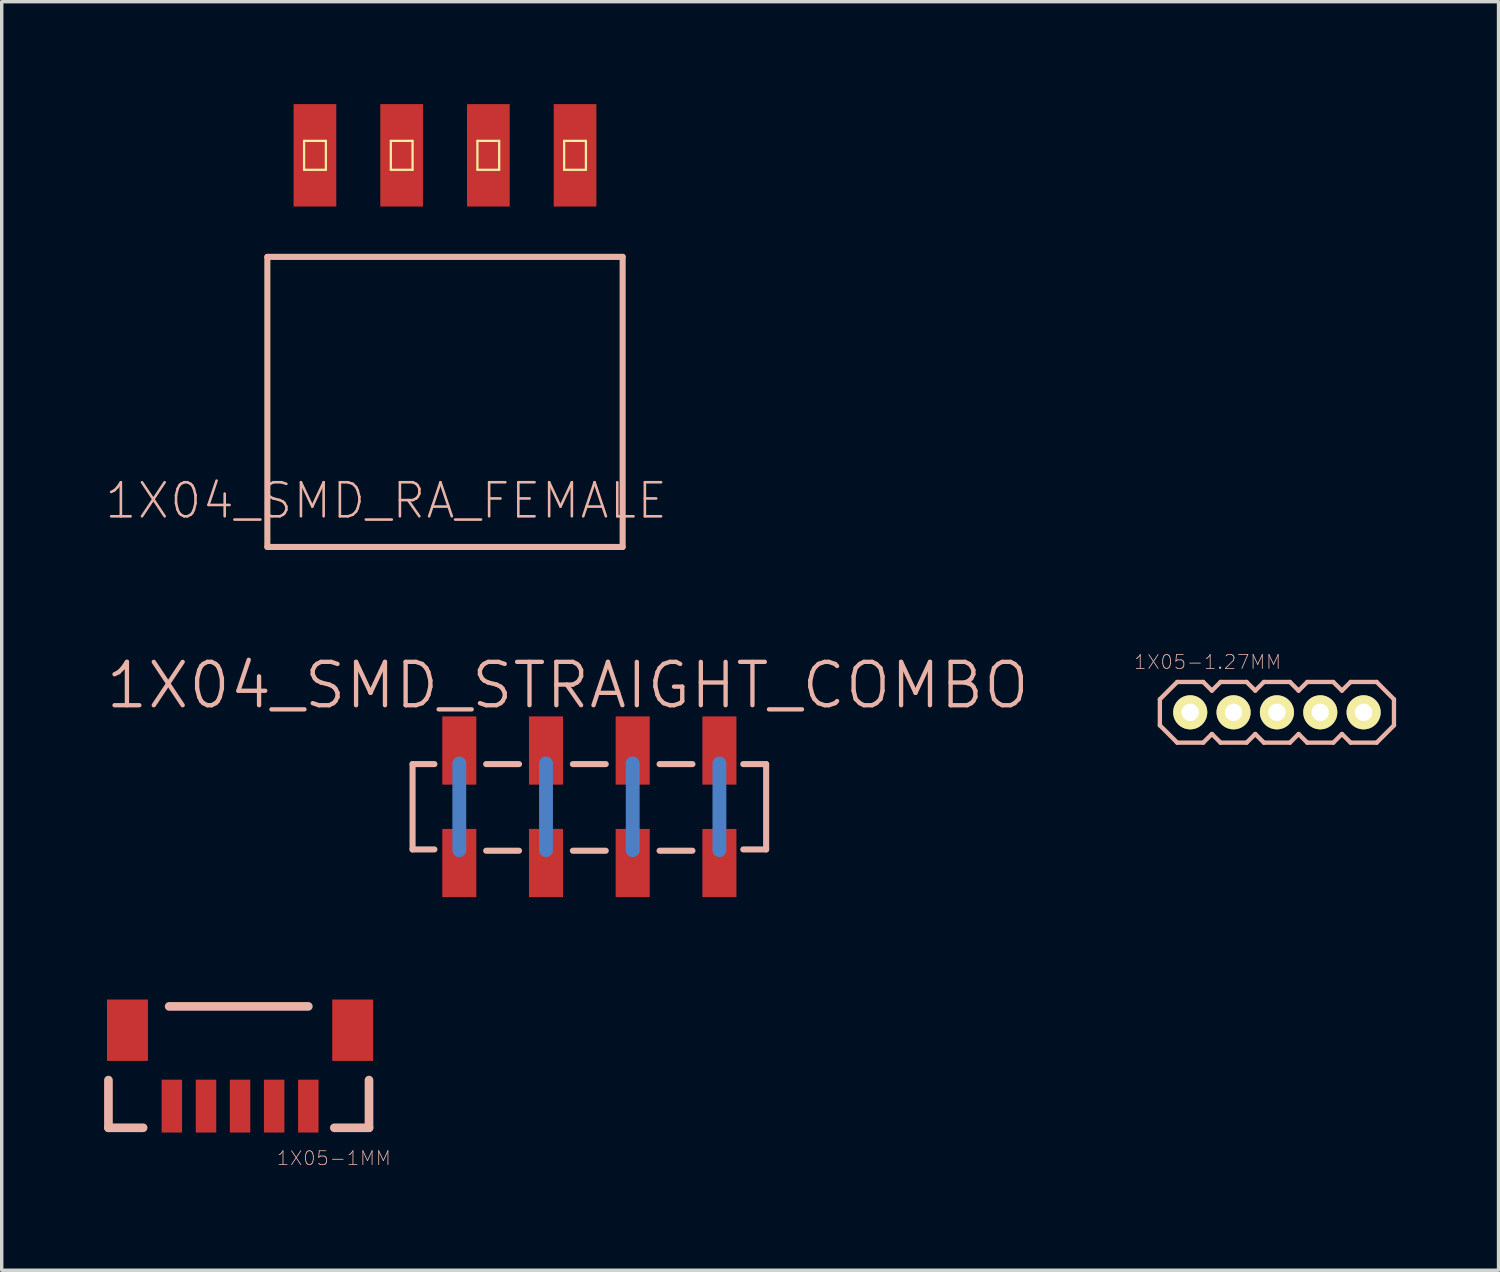
<source format=kicad_pcb>
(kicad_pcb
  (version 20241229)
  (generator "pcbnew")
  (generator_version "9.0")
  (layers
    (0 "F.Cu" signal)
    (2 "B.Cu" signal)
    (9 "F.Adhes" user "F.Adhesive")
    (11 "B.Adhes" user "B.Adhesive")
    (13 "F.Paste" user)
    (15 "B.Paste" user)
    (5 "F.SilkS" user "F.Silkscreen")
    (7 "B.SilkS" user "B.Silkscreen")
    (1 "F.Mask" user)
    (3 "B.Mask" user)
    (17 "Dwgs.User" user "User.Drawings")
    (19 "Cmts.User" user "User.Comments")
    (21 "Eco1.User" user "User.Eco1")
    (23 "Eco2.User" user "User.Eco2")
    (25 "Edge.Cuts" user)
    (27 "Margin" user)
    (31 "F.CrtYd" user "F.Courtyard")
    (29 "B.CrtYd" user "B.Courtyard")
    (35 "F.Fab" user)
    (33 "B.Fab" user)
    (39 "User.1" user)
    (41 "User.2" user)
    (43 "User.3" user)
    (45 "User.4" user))
  (footprint "1X04_SMD_STRAIGHT_COMBO"
    (layer "F.Cu")
    (at 10.405 20.584)
    (property "Reference" "1X04_SMD_STRAIGHT_COMBO" (at 3.175 -3.556 0) (layer "B.SilkS") (effects (font (size 1.27 1.27) (thickness 0.127))))
    (attr smd)
    (fp_line (start 0 -1.27) (end 0 1.27) (stroke (width 0.406) (type solid)) (layer "B.Cu"))
    (fp_line (start 2.54 -1.27) (end 2.54 1.27) (stroke (width 0.406) (type solid)) (layer "B.Cu"))
    (fp_line (start 5.08 -1.27) (end 5.08 1.27) (stroke (width 0.406) (type solid)) (layer "B.Cu"))
    (fp_line (start 7.62 -1.27) (end 7.62 1.27) (stroke (width 0.406) (type solid)) (layer "B.Cu"))
    (fp_line (start -1.369 -1.25) (end -0.729 -1.25) (stroke (width 0.178) (type solid)) (layer "B.SilkS"))
    (fp_line (start -1.369 1.25) (end -1.369 -1.25) (stroke (width 0.178) (type solid)) (layer "B.SilkS"))
    (fp_line (start -0.729 1.25) (end -1.369 1.25) (stroke (width 0.178) (type solid)) (layer "B.SilkS"))
    (fp_line (start 0.787 -1.25) (end 1.75 -1.25) (stroke (width 0.178) (type solid)) (layer "B.SilkS"))
    (fp_line (start 0.787 1.288) (end 1.75 1.288) (stroke (width 0.178) (type solid)) (layer "B.SilkS"))
    (fp_line (start 3.327 -1.25) (end 4.29 -1.25) (stroke (width 0.178) (type solid)) (layer "B.SilkS"))
    (fp_line (start 3.327 1.288) (end 4.29 1.288) (stroke (width 0.178) (type solid)) (layer "B.SilkS"))
    (fp_line (start 5.867 -1.25) (end 6.83 -1.25) (stroke (width 0.178) (type solid)) (layer "B.SilkS"))
    (fp_line (start 5.867 1.288) (end 6.83 1.288) (stroke (width 0.178) (type solid)) (layer "B.SilkS"))
    (fp_line (start 8.319 -1.25) (end 8.989 -1.25) (stroke (width 0.178) (type solid)) (layer "B.SilkS"))
    (fp_line (start 8.989 -1.25) (end 8.989 1.25) (stroke (width 0.178) (type solid)) (layer "B.SilkS"))
    (fp_line (start 8.989 1.25) (end 8.319 1.25) (stroke (width 0.178) (type solid)) (layer "B.SilkS"))
    (pad "1" smd rect (at 0 1.648 270) (size 1.999 0.998) (layers "F.Cu" "F.Mask" "F.Paste"))
    (pad "1-2" smd rect (at 0 -1.648 90) (size 1.999 0.998) (layers "F.Cu" "F.Mask" "F.Paste"))
    (pad "2" smd rect (at 2.54 -1.648 270) (size 1.999 0.998) (layers "F.Cu" "F.Mask" "F.Paste"))
    (pad "2-2" smd rect (at 2.54 1.648 90) (size 1.999 0.998) (layers "F.Cu" "F.Mask" "F.Paste"))
    (pad "3" smd rect (at 5.08 1.648 270) (size 1.999 0.998) (layers "F.Cu" "F.Mask" "F.Paste"))
    (pad "3-2" smd rect (at 5.08 -1.648 90) (size 1.999 0.998) (layers "F.Cu" "F.Mask" "F.Paste"))
    (pad "4" smd rect (at 7.62 -1.648 270) (size 1.999 0.998) (layers "F.Cu" "F.Mask" "F.Paste"))
    (pad "4-2" smd rect (at 7.62 1.648 90) (size 1.999 0.998) (layers "F.Cu" "F.Mask" "F.Paste")))
  (footprint "1X05-1MM"
    (layer "F.Cu")
    (at 3.983 29.353)
    (property "Reference" "1X05-1MM" (at 2.746 1.527 0) (layer "B.SilkS") (effects (font (size 0.406 0.406) (thickness 0.025))))
    (attr smd)
    (fp_line (start -3.856 0.635) (end -3.856 -0.762) (stroke (width 0.254) (type solid)) (layer "B.SilkS"))
    (fp_line (start -2.84 0.635) (end -3.856 0.635) (stroke (width 0.254) (type solid)) (layer "B.SilkS"))
    (fp_line (start 1.999 -2.921) (end -2.078 -2.921) (stroke (width 0.254) (type solid)) (layer "B.SilkS"))
    (fp_line (start 3.777 -0.762) (end 3.777 0.635) (stroke (width 0.254) (type solid)) (layer "B.SilkS"))
    (fp_line (start 3.777 0.635) (end 2.761 0.635) (stroke (width 0.254) (type solid)) (layer "B.SilkS"))
    (pad "1" smd rect (at -1.999 0 180) (size 0.599 1.549) (layers "F.Cu" "F.Mask" "F.Paste"))
    (pad "2" smd rect (at -0.998 0 180) (size 0.599 1.549) (layers "F.Cu" "F.Mask" "F.Paste"))
    (pad "3" smd rect (at 0 0 180) (size 0.599 1.549) (layers "F.Cu" "F.Mask" "F.Paste"))
    (pad "4" smd rect (at 0.998 0 180) (size 0.599 1.549) (layers "F.Cu" "F.Mask" "F.Paste"))
    (pad "5" smd rect (at 1.999 0 180) (size 0.599 1.549) (layers "F.Cu" "F.Mask" "F.Paste"))
    (pad "NC1" smd rect (at -3.299 -2.223 180) (size 1.199 1.798) (layers "F.Cu" "F.Mask" "F.Paste"))
    (pad "NC2" smd rect (at 3.299 -2.223 180) (size 1.199 1.798) (layers "F.Cu" "F.Mask" "F.Paste")))
  (footprint "1X05-1.27MM"
    (layer "F.Cu")
    (at 31.817 17.817)
    (property "Reference" "1X05-1.27MM" (at 0.508 -1.473 0) (layer "B.SilkS") (effects (font (size 0.406 0.406) (thickness 0.025))))
    (attr exclude_from_pos_files exclude_from_bom)
    (fp_line (start -0.889 -0.381) (end -0.889 0.381) (stroke (width 0.127) (type solid)) (layer "B.SilkS"))
    (fp_line (start -0.889 0.381) (end -0.381 0.889) (stroke (width 0.127) (type solid)) (layer "B.SilkS"))
    (fp_line (start -0.381 -0.889) (end -0.889 -0.381) (stroke (width 0.127) (type solid)) (layer "B.SilkS"))
    (fp_line (start -0.381 0.889) (end 0.381 0.889) (stroke (width 0.127) (type solid)) (layer "B.SilkS"))
    (fp_line (start 0.381 -0.889) (end -0.381 -0.889) (stroke (width 0.127) (type solid)) (layer "B.SilkS"))
    (fp_line (start 0.381 0.889) (end 0.635 0.635) (stroke (width 0.127) (type solid)) (layer "B.SilkS"))
    (fp_line (start 0.635 -0.635) (end 0.381 -0.889) (stroke (width 0.127) (type solid)) (layer "B.SilkS"))
    (fp_line (start 0.635 0.635) (end 0.889 0.889) (stroke (width 0.127) (type solid)) (layer "B.SilkS"))
    (fp_line (start 0.889 -0.889) (end 0.635 -0.635) (stroke (width 0.127) (type solid)) (layer "B.SilkS"))
    (fp_line (start 0.889 0.889) (end 1.651 0.889) (stroke (width 0.127) (type solid)) (layer "B.SilkS"))
    (fp_line (start 1.651 -0.889) (end 0.889 -0.889) (stroke (width 0.127) (type solid)) (layer "B.SilkS"))
    (fp_line (start 1.651 0.889) (end 1.905 0.635) (stroke (width 0.127) (type solid)) (layer "B.SilkS"))
    (fp_line (start 1.905 -0.635) (end 1.651 -0.889) (stroke (width 0.127) (type solid)) (layer "B.SilkS"))
    (fp_line (start 1.905 0.635) (end 2.159 0.889) (stroke (width 0.127) (type solid)) (layer "B.SilkS"))
    (fp_line (start 2.159 -0.889) (end 1.905 -0.635) (stroke (width 0.127) (type solid)) (layer "B.SilkS"))
    (fp_line (start 2.159 0.889) (end 2.921 0.889) (stroke (width 0.127) (type solid)) (layer "B.SilkS"))
    (fp_line (start 2.921 -0.889) (end 2.159 -0.889) (stroke (width 0.127) (type solid)) (layer "B.SilkS"))
    (fp_line (start 2.921 0.889) (end 3.175 0.635) (stroke (width 0.127) (type solid)) (layer "B.SilkS"))
    (fp_line (start 3.175 -0.635) (end 2.921 -0.889) (stroke (width 0.127) (type solid)) (layer "B.SilkS"))
    (fp_line (start 3.175 0.635) (end 3.429 0.889) (stroke (width 0.127) (type solid)) (layer "B.SilkS"))
    (fp_line (start 3.429 -0.889) (end 3.175 -0.635) (stroke (width 0.127) (type solid)) (layer "B.SilkS"))
    (fp_line (start 3.429 0.889) (end 4.191 0.889) (stroke (width 0.127) (type solid)) (layer "B.SilkS"))
    (fp_line (start 4.191 -0.889) (end 3.429 -0.889) (stroke (width 0.127) (type solid)) (layer "B.SilkS"))
    (fp_line (start 4.191 0.889) (end 4.445 0.635) (stroke (width 0.127) (type solid)) (layer "B.SilkS"))
    (fp_line (start 4.445 -0.635) (end 4.191 -0.889) (stroke (width 0.127) (type solid)) (layer "B.SilkS"))
    (fp_line (start 4.445 0.635) (end 4.699 0.889) (stroke (width 0.127) (type solid)) (layer "B.SilkS"))
    (fp_line (start 4.699 -0.889) (end 4.445 -0.635) (stroke (width 0.127) (type solid)) (layer "B.SilkS"))
    (fp_line (start 4.699 0.889) (end 5.461 0.889) (stroke (width 0.127) (type solid)) (layer "B.SilkS"))
    (fp_line (start 5.461 -0.889) (end 4.699 -0.889) (stroke (width 0.127) (type solid)) (layer "B.SilkS"))
    (fp_line (start 5.461 -0.889) (end 5.969 -0.381) (stroke (width 0.127) (type solid)) (layer "B.SilkS"))
    (fp_line (start 5.969 -0.381) (end 5.969 0.381) (stroke (width 0.127) (type solid)) (layer "B.SilkS"))
    (fp_line (start 5.969 0.381) (end 5.461 0.889) (stroke (width 0.127) (type solid)) (layer "B.SilkS"))
    (pad "1" thru_hole circle (at 0 0) (size 0.998 0.998) (drill 0.508) (layers "*.Cu" "F.Mask" "F.SilkS" "F.Paste"))
    (pad "2" thru_hole circle (at 1.27 0) (size 0.998 0.998) (drill 0.508) (layers "*.Cu" "F.Mask" "F.SilkS" "F.Paste"))
    (pad "3" thru_hole circle (at 2.54 0) (size 0.998 0.998) (drill 0.508) (layers "*.Cu" "F.Mask" "F.SilkS" "F.Paste"))
    (pad "4" thru_hole circle (at 3.81 0) (size 0.998 0.998) (drill 0.508) (layers "*.Cu" "F.Mask" "F.SilkS" "F.Paste"))
    (pad "5" thru_hole circle (at 5.08 0) (size 0.998 0.998) (drill 0.508) (layers "*.Cu" "F.Mask" "F.SilkS" "F.Paste")))
  (footprint "1X04_SMD_RA_FEMALE"
    (layer "F.Cu")
    (at 9.986 8.724)
    (property "Reference" "1X04_SMD_RA_FEMALE" (at -1.725 2.893 0) (layer "B.SilkS") (effects (font (size 0.998 0.998) (thickness 0.076))))
    (attr smd)
    (fp_line (start -4.128 -7.648) (end -3.49 -7.648) (stroke (width 0.066) (type solid)) (layer "F.SilkS"))
    (fp_line (start -4.128 -6.8) (end -4.128 -7.648) (stroke (width 0.066) (type solid)) (layer "F.SilkS"))
    (fp_line (start -4.128 -6.8) (end -3.49 -6.8) (stroke (width 0.066) (type solid)) (layer "F.SilkS"))
    (fp_line (start -3.49 -6.8) (end -3.49 -7.648) (stroke (width 0.066) (type solid)) (layer "F.SilkS"))
    (fp_line (start -1.587 -7.648) (end -0.95 -7.648) (stroke (width 0.066) (type solid)) (layer "F.SilkS"))
    (fp_line (start -1.587 -6.8) (end -1.587 -7.648) (stroke (width 0.066) (type solid)) (layer "F.SilkS"))
    (fp_line (start -1.587 -6.8) (end -0.95 -6.8) (stroke (width 0.066) (type solid)) (layer "F.SilkS"))
    (fp_line (start -0.95 -6.8) (end -0.95 -7.648) (stroke (width 0.066) (type solid)) (layer "F.SilkS"))
    (fp_line (start 0.95 -7.648) (end 1.587 -7.648) (stroke (width 0.066) (type solid)) (layer "F.SilkS"))
    (fp_line (start 0.95 -6.8) (end 0.95 -7.648) (stroke (width 0.066) (type solid)) (layer "F.SilkS"))
    (fp_line (start 0.95 -6.8) (end 1.587 -6.8) (stroke (width 0.066) (type solid)) (layer "F.SilkS"))
    (fp_line (start 1.587 -6.8) (end 1.587 -7.648) (stroke (width 0.066) (type solid)) (layer "F.SilkS"))
    (fp_line (start 3.49 -7.648) (end 4.128 -7.648) (stroke (width 0.066) (type solid)) (layer "F.SilkS"))
    (fp_line (start 3.49 -6.8) (end 3.49 -7.648) (stroke (width 0.066) (type solid)) (layer "F.SilkS"))
    (fp_line (start 3.49 -6.8) (end 4.128 -6.8) (stroke (width 0.066) (type solid)) (layer "F.SilkS"))
    (fp_line (start 4.128 -6.8) (end 4.128 -7.648) (stroke (width 0.066) (type solid)) (layer "F.SilkS"))
    (fp_line (start -5.204 -4.249) (end -5.204 4.249) (stroke (width 0.178) (type solid)) (layer "B.SilkS"))
    (fp_line (start -5.204 4.249) (end 5.204 4.249) (stroke (width 0.178) (type solid)) (layer "B.SilkS"))
    (fp_line (start 5.204 -4.249) (end -5.204 -4.249) (stroke (width 0.178) (type solid)) (layer "B.SilkS"))
    (fp_line (start 5.204 4.249) (end 5.204 -4.249) (stroke (width 0.178) (type solid)) (layer "B.SilkS"))
    (pad "1" smd rect (at -3.81 -7.224 180) (size 1.25 3) (layers "F.Cu" "F.Mask" "F.Paste"))
    (pad "2" smd rect (at -1.27 -7.224 180) (size 1.25 3) (layers "F.Cu" "F.Mask" "F.Paste"))
    (pad "3" smd rect (at 1.27 -7.224 180) (size 1.25 3) (layers "F.Cu" "F.Mask" "F.Paste"))
    (pad "4" smd rect (at 3.81 -7.224 180) (size 1.25 3) (layers "F.Cu" "F.Mask" "F.Paste")))
  (gr_rect
    (start -3 -3)
    (end 40.849 34.162)
    (stroke (width 0.1) (type default))
    (fill no)
    (layer "Edge.Cuts")))
</source>
